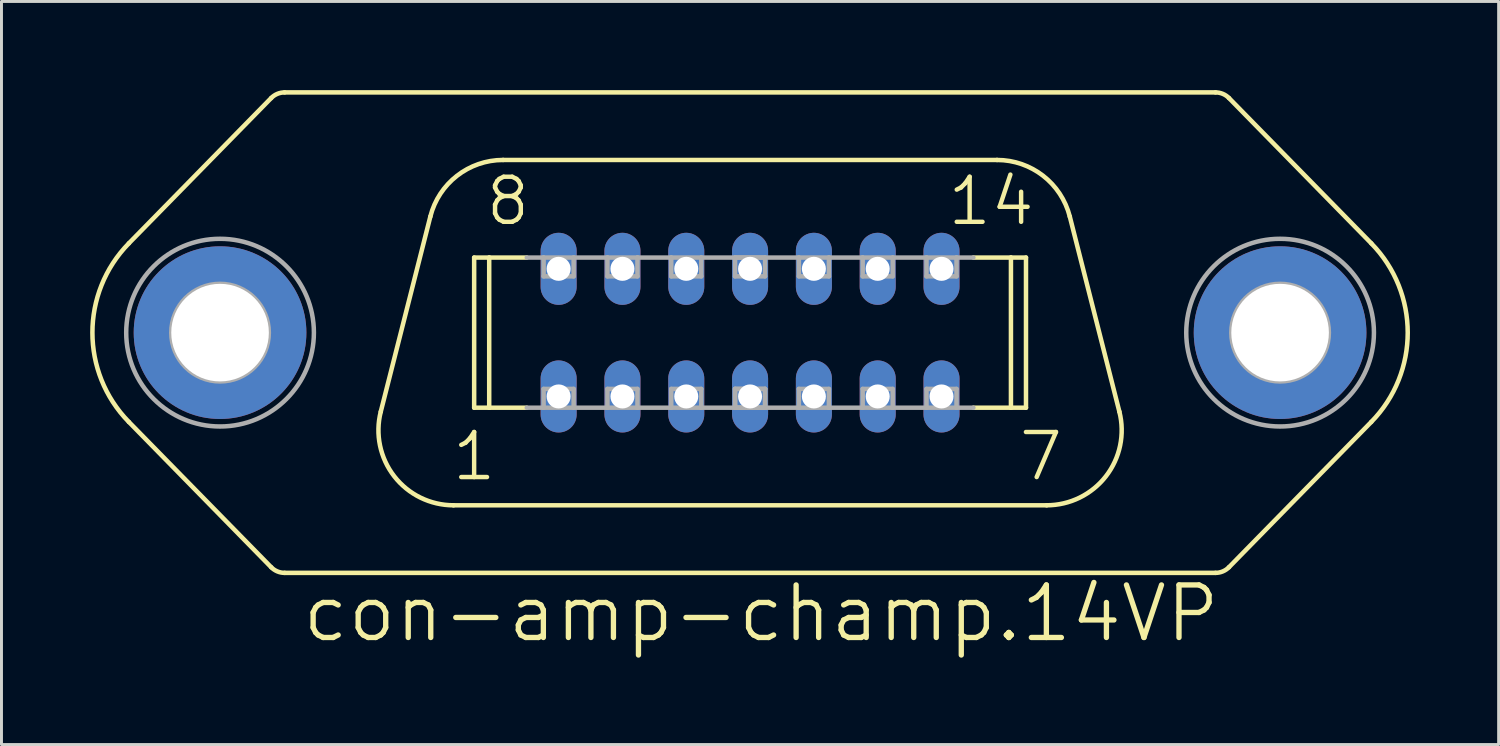
<source format=kicad_pcb>
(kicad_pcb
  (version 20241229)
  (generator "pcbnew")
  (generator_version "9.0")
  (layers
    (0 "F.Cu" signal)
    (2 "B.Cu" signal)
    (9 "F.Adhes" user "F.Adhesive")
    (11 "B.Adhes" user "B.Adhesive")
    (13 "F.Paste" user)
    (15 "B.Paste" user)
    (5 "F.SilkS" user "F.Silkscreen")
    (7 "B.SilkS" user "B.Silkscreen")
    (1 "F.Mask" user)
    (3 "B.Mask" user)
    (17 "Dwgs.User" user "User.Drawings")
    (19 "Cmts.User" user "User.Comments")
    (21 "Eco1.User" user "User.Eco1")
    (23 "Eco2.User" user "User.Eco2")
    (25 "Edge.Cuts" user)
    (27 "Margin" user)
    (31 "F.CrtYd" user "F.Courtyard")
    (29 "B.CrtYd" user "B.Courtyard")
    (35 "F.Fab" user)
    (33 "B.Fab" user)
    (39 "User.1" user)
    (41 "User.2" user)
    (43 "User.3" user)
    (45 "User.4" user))
  (footprint "con-amp-champ.14VP"
    (layer "F.Cu")
    (at 22.327 8.204)
    (property "Reference" "con-amp-champ.14VP" (at -15.24 10.541 0) (layer "F.SilkS") (effects (font (size 1.778 1.778) (thickness 0.18)) (justify left bottom)))
    (attr through_hole)
    (fp_line (start -16.202 -7.937) (end -21.017 -3.022) (stroke (width 0.152) (type default)) (layer "F.SilkS"))
    (fp_line (start -16.202 7.937) (end -21.017 3.022) (stroke (width 0.152) (type default)) (layer "F.SilkS"))
    (fp_line (start -15.748 -8.128) (end 15.748 -8.128) (stroke (width 0.152) (type default)) (layer "F.SilkS"))
    (fp_line (start -15.748 8.128) (end 15.748 8.128) (stroke (width 0.152) (type default)) (layer "F.SilkS"))
    (fp_line (start -10.817 -3.928) (end -12.495 2.676) (stroke (width 0.152) (type default)) (layer "F.SilkS"))
    (fp_line (start -10.033 5.842) (end 10.033 5.842) (stroke (width 0.152) (type default)) (layer "F.SilkS"))
    (fp_line (start -9.335 -2.54) (end -8.826 -2.54) (stroke (width 0.152) (type default)) (layer "F.SilkS"))
    (fp_line (start -9.335 2.54) (end -9.335 -2.54) (stroke (width 0.152) (type default)) (layer "F.SilkS"))
    (fp_line (start -9.335 2.54) (end -8.826 2.54) (stroke (width 0.152) (type default)) (layer "F.SilkS"))
    (fp_line (start -8.826 -2.54) (end -7.555 -2.54) (stroke (width 0.152) (type default)) (layer "F.SilkS"))
    (fp_line (start -8.826 2.54) (end -8.826 -2.54) (stroke (width 0.152) (type default)) (layer "F.SilkS"))
    (fp_line (start -8.826 2.54) (end -7.555 2.54) (stroke (width 0.152) (type default)) (layer "F.SilkS"))
    (fp_line (start -8.355 -5.842) (end 8.355 -5.842) (stroke (width 0.152) (type default)) (layer "F.SilkS"))
    (fp_line (start 7.555 -2.54) (end 8.826 -2.54) (stroke (width 0.152) (type default)) (layer "F.SilkS"))
    (fp_line (start 7.555 2.54) (end 8.826 2.54) (stroke (width 0.152) (type default)) (layer "F.SilkS"))
    (fp_line (start 8.826 -2.54) (end 9.335 -2.54) (stroke (width 0.152) (type default)) (layer "F.SilkS"))
    (fp_line (start 8.826 2.54) (end 8.826 -2.54) (stroke (width 0.152) (type default)) (layer "F.SilkS"))
    (fp_line (start 8.826 2.54) (end 9.335 2.54) (stroke (width 0.152) (type default)) (layer "F.SilkS"))
    (fp_line (start 9.335 2.54) (end 9.335 -2.54) (stroke (width 0.152) (type default)) (layer "F.SilkS"))
    (fp_line (start 10.817 -3.928) (end 12.495 2.676) (stroke (width 0.152) (type default)) (layer "F.SilkS"))
    (fp_line (start 16.202 -7.937) (end 21.017 -3.022) (stroke (width 0.152) (type default)) (layer "F.SilkS"))
    (fp_line (start 16.202 7.937) (end 21.017 3.022) (stroke (width 0.152) (type default)) (layer "F.SilkS"))
    (fp_arc (start -21.017 3.022) (mid -22.250365 0.0004) (end -21.017 -3.0212) (stroke (width 0.1524) (type default)) (layer "F.SilkS"))
    (fp_arc (start -16.202 -7.937) (mid -15.99441 -8.078018) (end -15.7484 -8.1276) (stroke (width 0.1524) (type default)) (layer "F.SilkS"))
    (fp_arc (start -15.7484 8.1276) (mid -15.99441 8.078018) (end -16.202 7.937) (stroke (width 0.1524) (type default)) (layer "F.SilkS"))
    (fp_arc (start -10.817 -3.928) (mid -9.914488 -5.307486) (end -8.3552 -5.8424) (stroke (width 0.1524) (type default)) (layer "F.SilkS"))
    (fp_arc (start -10.0332 5.8416) (mid -12.038286 4.860863) (end -12.495 2.676) (stroke (width 0.1524) (type default)) (layer "F.SilkS"))
    (fp_arc (start 8.355 -5.842) (mid 9.914288 -5.307086) (end 10.8168 -3.9276) (stroke (width 0.1524) (type default)) (layer "F.SilkS"))
    (fp_arc (start 12.495 2.676) (mid 12.038286 4.860863) (end 10.0332 5.8416) (stroke (width 0.1524) (type default)) (layer "F.SilkS"))
    (fp_arc (start 15.7484 -8.1276) (mid 15.99441 -8.078018) (end 16.202 -7.937) (stroke (width 0.1524) (type default)) (layer "F.SilkS"))
    (fp_arc (start 16.202 7.937) (mid 15.99441 8.078018) (end 15.7484 8.1276) (stroke (width 0.1524) (type default)) (layer "F.SilkS"))
    (fp_arc (start 21.017 -3.0212) (mid 22.250365 0.0004) (end 21.017 3.022) (stroke (width 0.1524) (type default)) (layer "F.SilkS"))
    (fp_line (start -7.555 -2.54) (end -6.985 -2.54) (stroke (width 0.152) (type default)) (layer "F.Fab"))
    (fp_line (start -7.555 2.54) (end -6.985 2.54) (stroke (width 0.152) (type default)) (layer "F.Fab"))
    (fp_line (start -6.985 -2.54) (end -5.969 -2.54) (stroke (width 0.152) (type default)) (layer "F.Fab"))
    (fp_line (start -6.985 -1.905) (end -6.985 -2.54) (stroke (width 0.152) (type default)) (layer "F.Fab"))
    (fp_line (start -6.985 1.905) (end -5.969 1.905) (stroke (width 0.152) (type default)) (layer "F.Fab"))
    (fp_line (start -6.985 2.54) (end -6.985 1.905) (stroke (width 0.152) (type default)) (layer "F.Fab"))
    (fp_line (start -5.969 -2.54) (end -5.969 -1.905) (stroke (width 0.152) (type default)) (layer "F.Fab"))
    (fp_line (start -5.969 -2.54) (end -4.826 -2.54) (stroke (width 0.152) (type default)) (layer "F.Fab"))
    (fp_line (start -5.969 -1.905) (end -6.985 -1.905) (stroke (width 0.152) (type default)) (layer "F.Fab"))
    (fp_line (start -5.969 1.905) (end -5.969 2.54) (stroke (width 0.152) (type default)) (layer "F.Fab"))
    (fp_line (start -5.969 2.54) (end -6.985 2.54) (stroke (width 0.152) (type default)) (layer "F.Fab"))
    (fp_line (start -5.969 2.54) (end -4.826 2.54) (stroke (width 0.152) (type default)) (layer "F.Fab"))
    (fp_line (start -4.826 -2.54) (end -3.81 -2.54) (stroke (width 0.152) (type default)) (layer "F.Fab"))
    (fp_line (start -4.826 -1.905) (end -4.826 -2.54) (stroke (width 0.152) (type default)) (layer "F.Fab"))
    (fp_line (start -4.826 1.905) (end -3.81 1.905) (stroke (width 0.152) (type default)) (layer "F.Fab"))
    (fp_line (start -4.826 2.54) (end -4.826 1.905) (stroke (width 0.152) (type default)) (layer "F.Fab"))
    (fp_line (start -3.81 -2.54) (end -3.81 -1.905) (stroke (width 0.152) (type default)) (layer "F.Fab"))
    (fp_line (start -3.81 -2.54) (end -2.667 -2.54) (stroke (width 0.152) (type default)) (layer "F.Fab"))
    (fp_line (start -3.81 -1.905) (end -4.826 -1.905) (stroke (width 0.152) (type default)) (layer "F.Fab"))
    (fp_line (start -3.81 1.905) (end -3.81 2.54) (stroke (width 0.152) (type default)) (layer "F.Fab"))
    (fp_line (start -3.81 2.54) (end -4.826 2.54) (stroke (width 0.152) (type default)) (layer "F.Fab"))
    (fp_line (start -3.81 2.54) (end -2.667 2.54) (stroke (width 0.152) (type default)) (layer "F.Fab"))
    (fp_line (start -2.667 -2.54) (end -1.651 -2.54) (stroke (width 0.152) (type default)) (layer "F.Fab"))
    (fp_line (start -2.667 -1.905) (end -2.667 -2.54) (stroke (width 0.152) (type default)) (layer "F.Fab"))
    (fp_line (start -2.667 1.905) (end -1.651 1.905) (stroke (width 0.152) (type default)) (layer "F.Fab"))
    (fp_line (start -2.667 2.54) (end -2.667 1.905) (stroke (width 0.152) (type default)) (layer "F.Fab"))
    (fp_line (start -1.651 -2.54) (end -1.651 -1.905) (stroke (width 0.152) (type default)) (layer "F.Fab"))
    (fp_line (start -1.651 -2.54) (end 1.651 -2.54) (stroke (width 0.152) (type default)) (layer "F.Fab"))
    (fp_line (start -1.651 -1.905) (end -2.667 -1.905) (stroke (width 0.152) (type default)) (layer "F.Fab"))
    (fp_line (start -1.651 1.905) (end -1.651 2.54) (stroke (width 0.152) (type default)) (layer "F.Fab"))
    (fp_line (start -1.651 2.54) (end -2.667 2.54) (stroke (width 0.152) (type default)) (layer "F.Fab"))
    (fp_line (start -1.651 2.54) (end 1.651 2.54) (stroke (width 0.152) (type default)) (layer "F.Fab"))
    (fp_line (start -0.508 -2.54) (end 0.508 -2.54) (stroke (width 0.152) (type default)) (layer "F.Fab"))
    (fp_line (start -0.508 -1.905) (end -0.508 -2.54) (stroke (width 0.152) (type default)) (layer "F.Fab"))
    (fp_line (start -0.508 1.905) (end 0.508 1.905) (stroke (width 0.152) (type default)) (layer "F.Fab"))
    (fp_line (start -0.508 1.905) (end 0.508 1.905) (stroke (width 0.152) (type default)) (layer "F.Fab"))
    (fp_line (start -0.508 2.54) (end -0.508 1.905) (stroke (width 0.152) (type default)) (layer "F.Fab"))
    (fp_line (start -0.508 2.54) (end -0.508 1.905) (stroke (width 0.152) (type default)) (layer "F.Fab"))
    (fp_line (start 0.508 -2.54) (end 0.508 -1.905) (stroke (width 0.152) (type default)) (layer "F.Fab"))
    (fp_line (start 0.508 -1.905) (end -0.508 -1.905) (stroke (width 0.152) (type default)) (layer "F.Fab"))
    (fp_line (start 0.508 1.905) (end 0.508 2.54) (stroke (width 0.152) (type default)) (layer "F.Fab"))
    (fp_line (start 0.508 1.905) (end 0.508 2.54) (stroke (width 0.152) (type default)) (layer "F.Fab"))
    (fp_line (start 0.508 2.54) (end -0.508 2.54) (stroke (width 0.152) (type default)) (layer "F.Fab"))
    (fp_line (start 0.508 2.54) (end -0.508 2.54) (stroke (width 0.152) (type default)) (layer "F.Fab"))
    (fp_line (start 1.651 -2.54) (end 2.667 -2.54) (stroke (width 0.152) (type default)) (layer "F.Fab"))
    (fp_line (start 1.651 -1.905) (end 1.651 -2.54) (stroke (width 0.152) (type default)) (layer "F.Fab"))
    (fp_line (start 1.651 1.905) (end 2.667 1.905) (stroke (width 0.152) (type default)) (layer "F.Fab"))
    (fp_line (start 1.651 2.54) (end 1.651 1.905) (stroke (width 0.152) (type default)) (layer "F.Fab"))
    (fp_line (start 2.667 -2.54) (end 2.667 -1.905) (stroke (width 0.152) (type default)) (layer "F.Fab"))
    (fp_line (start 2.667 -2.54) (end 3.81 -2.54) (stroke (width 0.152) (type default)) (layer "F.Fab"))
    (fp_line (start 2.667 -1.905) (end 1.651 -1.905) (stroke (width 0.152) (type default)) (layer "F.Fab"))
    (fp_line (start 2.667 1.905) (end 2.667 2.54) (stroke (width 0.152) (type default)) (layer "F.Fab"))
    (fp_line (start 2.667 2.54) (end 1.651 2.54) (stroke (width 0.152) (type default)) (layer "F.Fab"))
    (fp_line (start 2.667 2.54) (end 3.81 2.54) (stroke (width 0.152) (type default)) (layer "F.Fab"))
    (fp_line (start 3.81 -2.54) (end 4.826 -2.54) (stroke (width 0.152) (type default)) (layer "F.Fab"))
    (fp_line (start 3.81 -1.905) (end 3.81 -2.54) (stroke (width 0.152) (type default)) (layer "F.Fab"))
    (fp_line (start 3.81 1.905) (end 4.826 1.905) (stroke (width 0.152) (type default)) (layer "F.Fab"))
    (fp_line (start 3.81 2.54) (end 3.81 1.905) (stroke (width 0.152) (type default)) (layer "F.Fab"))
    (fp_line (start 4.826 -2.54) (end 4.826 -1.905) (stroke (width 0.152) (type default)) (layer "F.Fab"))
    (fp_line (start 4.826 -2.54) (end 5.969 -2.54) (stroke (width 0.152) (type default)) (layer "F.Fab"))
    (fp_line (start 4.826 -1.905) (end 3.81 -1.905) (stroke (width 0.152) (type default)) (layer "F.Fab"))
    (fp_line (start 4.826 1.905) (end 4.826 2.54) (stroke (width 0.152) (type default)) (layer "F.Fab"))
    (fp_line (start 4.826 2.54) (end 3.81 2.54) (stroke (width 0.152) (type default)) (layer "F.Fab"))
    (fp_line (start 4.826 2.54) (end 5.969 2.54) (stroke (width 0.152) (type default)) (layer "F.Fab"))
    (fp_line (start 5.969 -2.54) (end 6.985 -2.54) (stroke (width 0.152) (type default)) (layer "F.Fab"))
    (fp_line (start 5.969 -1.905) (end 5.969 -2.54) (stroke (width 0.152) (type default)) (layer "F.Fab"))
    (fp_line (start 5.969 1.905) (end 6.985 1.905) (stroke (width 0.152) (type default)) (layer "F.Fab"))
    (fp_line (start 5.969 2.54) (end 5.969 1.905) (stroke (width 0.152) (type default)) (layer "F.Fab"))
    (fp_line (start 6.985 -2.54) (end 6.985 -1.905) (stroke (width 0.152) (type default)) (layer "F.Fab"))
    (fp_line (start 6.985 -2.54) (end 7.555 -2.54) (stroke (width 0.152) (type default)) (layer "F.Fab"))
    (fp_line (start 6.985 -1.905) (end 5.969 -1.905) (stroke (width 0.152) (type default)) (layer "F.Fab"))
    (fp_line (start 6.985 1.905) (end 6.985 2.54) (stroke (width 0.152) (type default)) (layer "F.Fab"))
    (fp_line (start 6.985 2.54) (end 5.969 2.54) (stroke (width 0.152) (type default)) (layer "F.Fab"))
    (fp_line (start 6.985 2.54) (end 7.555 2.54) (stroke (width 0.152) (type default)) (layer "F.Fab"))
    (fp_rect (start -6.985 -1.905) (end -5.969 -2.54) (stroke (width 0.05) (type default)) (fill no) (layer "F.Fab"))
    (fp_rect (start -6.985 2.54) (end -5.969 1.905) (stroke (width 0.05) (type default)) (fill no) (layer "F.Fab"))
    (fp_rect (start -4.826 -1.905) (end -3.81 -2.54) (stroke (width 0.05) (type default)) (fill no) (layer "F.Fab"))
    (fp_rect (start -4.826 2.54) (end -3.81 1.905) (stroke (width 0.05) (type default)) (fill no) (layer "F.Fab"))
    (fp_rect (start -2.667 -1.905) (end -1.651 -2.54) (stroke (width 0.05) (type default)) (fill no) (layer "F.Fab"))
    (fp_rect (start -2.667 2.54) (end -1.651 1.905) (stroke (width 0.05) (type default)) (fill no) (layer "F.Fab"))
    (fp_rect (start -0.508 -1.905) (end 0.508 -2.54) (stroke (width 0.05) (type default)) (fill no) (layer "F.Fab"))
    (fp_rect (start -0.508 2.54) (end 0.508 1.905) (stroke (width 0.05) (type default)) (fill no) (layer "F.Fab"))
    (fp_rect (start 1.651 -1.905) (end 2.667 -2.54) (stroke (width 0.05) (type default)) (fill no) (layer "F.Fab"))
    (fp_rect (start 1.651 2.54) (end 2.667 1.905) (stroke (width 0.05) (type default)) (fill no) (layer "F.Fab"))
    (fp_rect (start 3.81 -1.905) (end 4.826 -2.54) (stroke (width 0.05) (type default)) (fill no) (layer "F.Fab"))
    (fp_rect (start 3.81 2.54) (end 4.826 1.905) (stroke (width 0.05) (type default)) (fill no) (layer "F.Fab"))
    (fp_rect (start 5.969 -1.905) (end 6.985 -2.54) (stroke (width 0.05) (type default)) (fill no) (layer "F.Fab"))
    (fp_rect (start 5.969 2.54) (end 6.985 1.905) (stroke (width 0.05) (type default)) (fill no) (layer "F.Fab"))
    (fp_circle (center -17.932 0) (end -16.281 0) (stroke (width 0.152) (type default)) (fill no) (layer "F.Fab"))
    (fp_circle (center -17.932 0) (end -14.757 0) (stroke (width 0.152) (type default)) (fill no) (layer "F.Fab"))
    (fp_circle (center 17.932 0) (end 19.583 0) (stroke (width 0.152) (type default)) (fill no) (layer "F.Fab"))
    (fp_circle (center 17.932 0) (end 21.107 0) (stroke (width 0.152) (type default)) (fill no) (layer "F.Fab"))
    (fp_text user "14" (at 6.604 -3.556 0) (layer "F.SilkS") (effects (font (size 1.524 1.524) (thickness 0.15)) (justify left bottom)))
    (fp_text user "8" (at -9.017 -3.556 0) (layer "F.SilkS") (effects (font (size 1.524 1.524) (thickness 0.15)) (justify left bottom)))
    (fp_text user "1" (at -10.16 5.08 0) (layer "F.SilkS") (effects (font (size 1.524 1.524) (thickness 0.15)) (justify left bottom)))
    (fp_text user "7" (at 9.017 5.08 0) (layer "F.SilkS") (effects (font (size 1.524 1.524) (thickness 0.15)) (justify left bottom)))
    (pad "1" thru_hole oval (at -6.477 2.159 90) (size 2.438 1.219) (drill 0.813) (layers "*.Cu" "*.Mask"))
    (pad "2" thru_hole oval (at -4.318 2.159 90) (size 2.438 1.219) (drill 0.813) (layers "*.Cu" "*.Mask"))
    (pad "3" thru_hole oval (at -2.159 2.159 90) (size 2.438 1.219) (drill 0.813) (layers "*.Cu" "*.Mask"))
    (pad "4" thru_hole oval (at 0 2.159 90) (size 2.438 1.219) (drill 0.813) (layers "*.Cu" "*.Mask"))
    (pad "5" thru_hole oval (at 2.159 2.159 90) (size 2.438 1.219) (drill 0.813) (layers "*.Cu" "*.Mask"))
    (pad "6" thru_hole oval (at 4.318 2.159 90) (size 2.438 1.219) (drill 0.813) (layers "*.Cu" "*.Mask"))
    (pad "7" thru_hole oval (at 6.477 2.159 90) (size 2.438 1.219) (drill 0.813) (layers "*.Cu" "*.Mask"))
    (pad "8" thru_hole oval (at -6.477 -2.159 90) (size 2.438 1.219) (drill 0.813) (layers "*.Cu" "*.Mask"))
    (pad "9" thru_hole oval (at -4.318 -2.159 90) (size 2.438 1.219) (drill 0.813) (layers "*.Cu" "*.Mask"))
    (pad "10" thru_hole oval (at -2.159 -2.159 90) (size 2.438 1.219) (drill 0.813) (layers "*.Cu" "*.Mask"))
    (pad "11" thru_hole oval (at 0 -2.159 90) (size 2.438 1.219) (drill 0.813) (layers "*.Cu" "*.Mask"))
    (pad "12" thru_hole oval (at 2.159 -2.159 90) (size 2.438 1.219) (drill 0.813) (layers "*.Cu" "*.Mask"))
    (pad "13" thru_hole oval (at 4.318 -2.159 90) (size 2.438 1.219) (drill 0.813) (layers "*.Cu" "*.Mask"))
    (pad "14" thru_hole oval (at 6.477 -2.159 90) (size 2.438 1.219) (drill 0.813) (layers "*.Cu" "*.Mask"))
    (pad "G" thru_hole circle (at -17.932 0) (size 5.842 5.842) (drill 3.302) (layers "*.Cu" "*.Mask"))
    (pad "G1" thru_hole circle (at 17.932 0) (size 5.842 5.842) (drill 3.302) (layers "*.Cu" "*.Mask")))
  (gr_rect
    (start -3 -3)
    (end 47.653 22.139)
    (stroke (width 0.1) (type default))
    (fill no)
    (layer "Edge.Cuts")))
</source>
